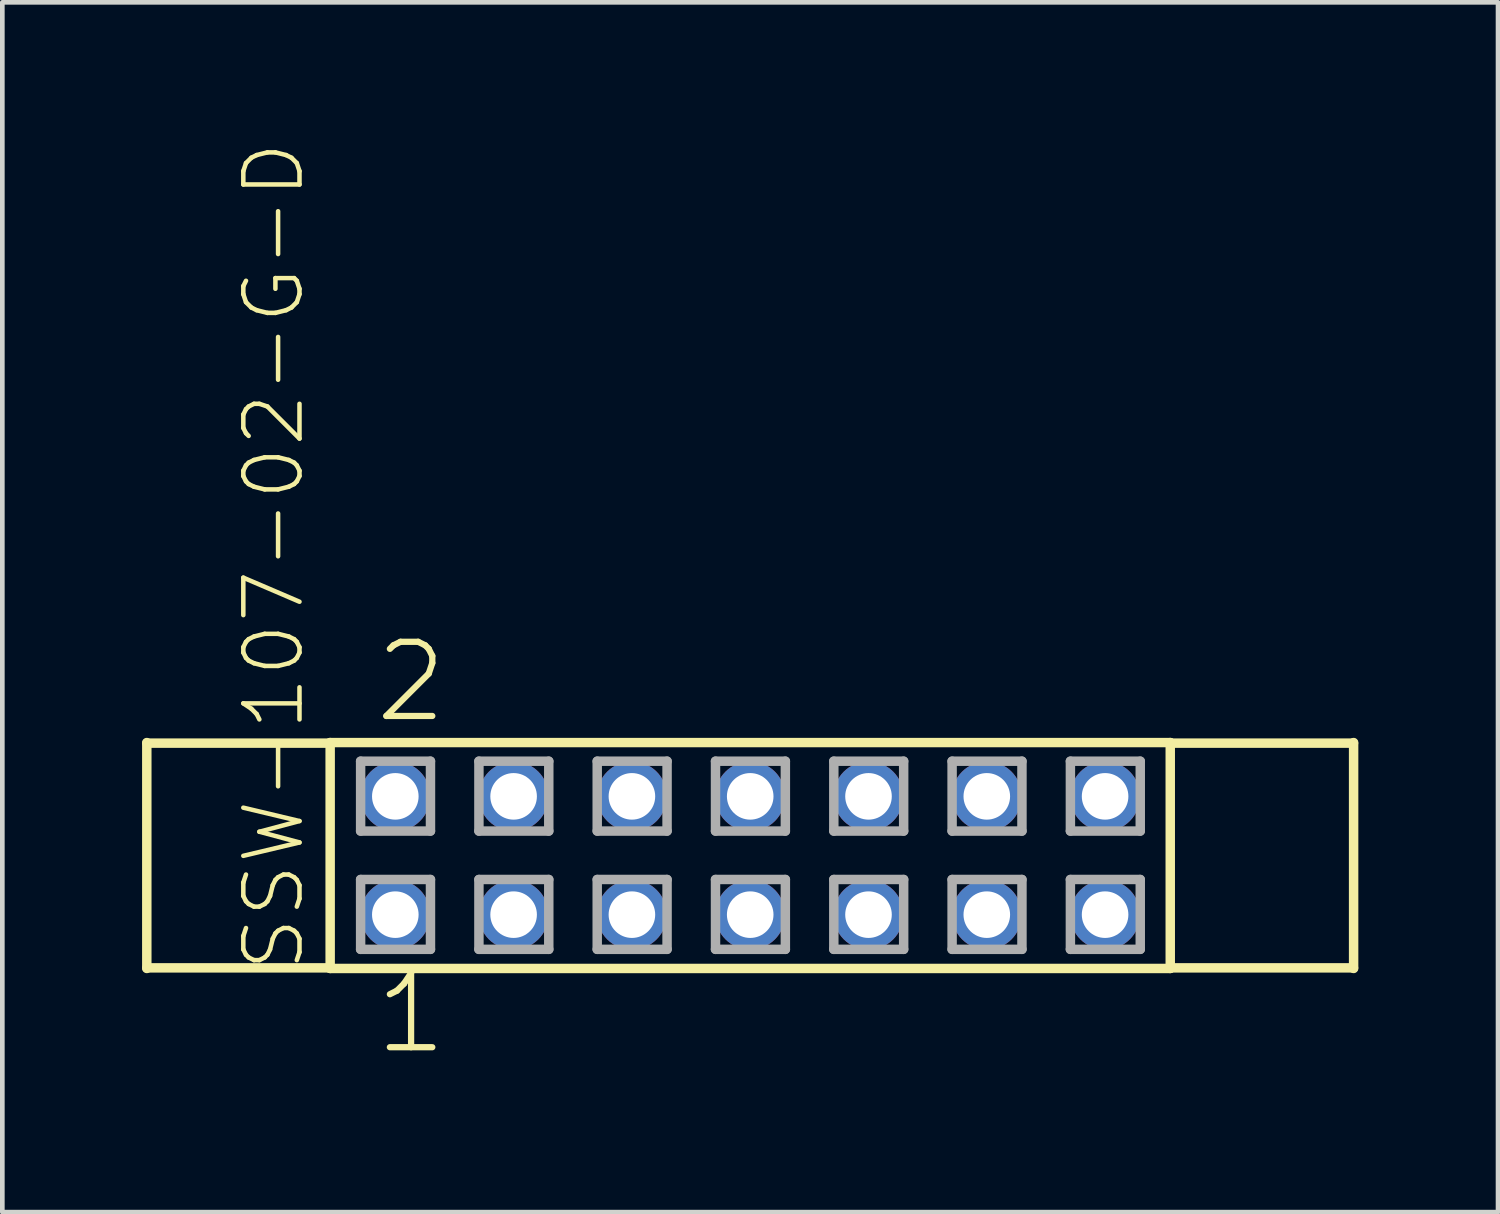
<source format=kicad_pcb>
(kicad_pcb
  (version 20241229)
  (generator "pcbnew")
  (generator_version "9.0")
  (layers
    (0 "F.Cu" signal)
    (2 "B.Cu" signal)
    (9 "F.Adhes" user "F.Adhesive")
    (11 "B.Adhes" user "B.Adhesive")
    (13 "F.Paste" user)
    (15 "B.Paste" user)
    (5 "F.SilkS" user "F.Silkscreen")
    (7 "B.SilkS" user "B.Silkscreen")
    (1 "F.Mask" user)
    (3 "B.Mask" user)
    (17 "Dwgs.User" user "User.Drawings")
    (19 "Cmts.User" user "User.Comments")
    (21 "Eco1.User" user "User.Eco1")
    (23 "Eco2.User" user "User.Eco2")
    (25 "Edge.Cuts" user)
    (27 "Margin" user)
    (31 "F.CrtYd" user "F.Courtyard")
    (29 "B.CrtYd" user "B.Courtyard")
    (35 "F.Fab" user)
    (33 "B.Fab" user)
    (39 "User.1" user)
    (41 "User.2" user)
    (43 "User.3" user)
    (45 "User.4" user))
  (footprint "SSW-107-02-G-D"
    (layer "F.Cu")
    (at 13.058 15.319)
    (property "Reference" "SSW-107-02-G-D" (at -9.525 2.54 270) (layer "F.SilkS") (effects (font (size 1.206 1.206) (thickness 0.097)) (justify left bottom)))
    (attr through_hole)
    (fp_line (start -12.956 2.425) (end -12.956 -2.425) (stroke (width 0.203) (type solid)) (layer "F.SilkS"))
    (fp_line (start -12.954 -2.413) (end -9.017 -2.413) (stroke (width 0.203) (type solid)) (layer "F.SilkS"))
    (fp_line (start -12.954 2.413) (end -9.017 2.413) (stroke (width 0.203) (type solid)) (layer "F.SilkS"))
    (fp_line (start -9.019 -2.425) (end 9.019 -2.425) (stroke (width 0.203) (type solid)) (layer "F.SilkS"))
    (fp_line (start -9.019 2.425) (end -9.019 -2.425) (stroke (width 0.203) (type solid)) (layer "F.SilkS"))
    (fp_line (start 9.019 -2.425) (end 9.019 2.425) (stroke (width 0.203) (type solid)) (layer "F.SilkS"))
    (fp_line (start 9.019 2.425) (end -9.019 2.425) (stroke (width 0.203) (type solid)) (layer "F.SilkS"))
    (fp_line (start 12.954 -2.413) (end 9.017 -2.413) (stroke (width 0.203) (type solid)) (layer "F.SilkS"))
    (fp_line (start 12.954 2.413) (end 9.017 2.413) (stroke (width 0.203) (type solid)) (layer "F.SilkS"))
    (fp_line (start 12.956 -2.425) (end 12.956 2.425) (stroke (width 0.203) (type solid)) (layer "F.SilkS"))
    (fp_line (start -8.365 -2.025) (end -6.865 -2.025) (stroke (width 0.203) (type solid)) (layer "F.Fab"))
    (fp_line (start -8.365 -0.525) (end -8.365 -2.025) (stroke (width 0.203) (type solid)) (layer "F.Fab"))
    (fp_line (start -8.365 0.515) (end -6.865 0.515) (stroke (width 0.203) (type solid)) (layer "F.Fab"))
    (fp_line (start -8.365 2.015) (end -8.365 0.515) (stroke (width 0.203) (type solid)) (layer "F.Fab"))
    (fp_line (start -6.865 -2.025) (end -6.865 -0.525) (stroke (width 0.203) (type solid)) (layer "F.Fab"))
    (fp_line (start -6.865 -0.525) (end -8.365 -0.525) (stroke (width 0.203) (type solid)) (layer "F.Fab"))
    (fp_line (start -6.865 0.515) (end -6.865 2.015) (stroke (width 0.203) (type solid)) (layer "F.Fab"))
    (fp_line (start -6.865 2.015) (end -8.365 2.015) (stroke (width 0.203) (type solid)) (layer "F.Fab"))
    (fp_line (start -5.825 -2.025) (end -4.325 -2.025) (stroke (width 0.203) (type solid)) (layer "F.Fab"))
    (fp_line (start -5.825 -0.525) (end -5.825 -2.025) (stroke (width 0.203) (type solid)) (layer "F.Fab"))
    (fp_line (start -5.825 0.515) (end -4.325 0.515) (stroke (width 0.203) (type solid)) (layer "F.Fab"))
    (fp_line (start -5.825 2.015) (end -5.825 0.515) (stroke (width 0.203) (type solid)) (layer "F.Fab"))
    (fp_line (start -4.325 -2.025) (end -4.325 -0.525) (stroke (width 0.203) (type solid)) (layer "F.Fab"))
    (fp_line (start -4.325 -0.525) (end -5.825 -0.525) (stroke (width 0.203) (type solid)) (layer "F.Fab"))
    (fp_line (start -4.325 0.515) (end -4.325 2.015) (stroke (width 0.203) (type solid)) (layer "F.Fab"))
    (fp_line (start -4.325 2.015) (end -5.825 2.015) (stroke (width 0.203) (type solid)) (layer "F.Fab"))
    (fp_line (start -3.285 -2.025) (end -1.785 -2.025) (stroke (width 0.203) (type solid)) (layer "F.Fab"))
    (fp_line (start -3.285 -0.525) (end -3.285 -2.025) (stroke (width 0.203) (type solid)) (layer "F.Fab"))
    (fp_line (start -3.285 0.515) (end -1.785 0.515) (stroke (width 0.203) (type solid)) (layer "F.Fab"))
    (fp_line (start -3.285 2.015) (end -3.285 0.515) (stroke (width 0.203) (type solid)) (layer "F.Fab"))
    (fp_line (start -1.785 -2.025) (end -1.785 -0.525) (stroke (width 0.203) (type solid)) (layer "F.Fab"))
    (fp_line (start -1.785 -0.525) (end -3.285 -0.525) (stroke (width 0.203) (type solid)) (layer "F.Fab"))
    (fp_line (start -1.785 0.515) (end -1.785 2.015) (stroke (width 0.203) (type solid)) (layer "F.Fab"))
    (fp_line (start -1.785 2.015) (end -3.285 2.015) (stroke (width 0.203) (type solid)) (layer "F.Fab"))
    (fp_line (start -0.745 -2.025) (end 0.755 -2.025) (stroke (width 0.203) (type solid)) (layer "F.Fab"))
    (fp_line (start -0.745 -0.525) (end -0.745 -2.025) (stroke (width 0.203) (type solid)) (layer "F.Fab"))
    (fp_line (start -0.745 0.515) (end 0.755 0.515) (stroke (width 0.203) (type solid)) (layer "F.Fab"))
    (fp_line (start -0.745 2.015) (end -0.745 0.515) (stroke (width 0.203) (type solid)) (layer "F.Fab"))
    (fp_line (start 0.755 -2.025) (end 0.755 -0.525) (stroke (width 0.203) (type solid)) (layer "F.Fab"))
    (fp_line (start 0.755 -0.525) (end -0.745 -0.525) (stroke (width 0.203) (type solid)) (layer "F.Fab"))
    (fp_line (start 0.755 0.515) (end 0.755 2.015) (stroke (width 0.203) (type solid)) (layer "F.Fab"))
    (fp_line (start 0.755 2.015) (end -0.745 2.015) (stroke (width 0.203) (type solid)) (layer "F.Fab"))
    (fp_line (start 1.795 -2.025) (end 3.295 -2.025) (stroke (width 0.203) (type solid)) (layer "F.Fab"))
    (fp_line (start 1.795 -0.525) (end 1.795 -2.025) (stroke (width 0.203) (type solid)) (layer "F.Fab"))
    (fp_line (start 1.795 0.515) (end 3.295 0.515) (stroke (width 0.203) (type solid)) (layer "F.Fab"))
    (fp_line (start 1.795 2.015) (end 1.795 0.515) (stroke (width 0.203) (type solid)) (layer "F.Fab"))
    (fp_line (start 3.295 -2.025) (end 3.295 -0.525) (stroke (width 0.203) (type solid)) (layer "F.Fab"))
    (fp_line (start 3.295 -0.525) (end 1.795 -0.525) (stroke (width 0.203) (type solid)) (layer "F.Fab"))
    (fp_line (start 3.295 0.515) (end 3.295 2.015) (stroke (width 0.203) (type solid)) (layer "F.Fab"))
    (fp_line (start 3.295 2.015) (end 1.795 2.015) (stroke (width 0.203) (type solid)) (layer "F.Fab"))
    (fp_line (start 4.335 -2.025) (end 5.835 -2.025) (stroke (width 0.203) (type solid)) (layer "F.Fab"))
    (fp_line (start 4.335 -0.525) (end 4.335 -2.025) (stroke (width 0.203) (type solid)) (layer "F.Fab"))
    (fp_line (start 4.335 0.515) (end 5.835 0.515) (stroke (width 0.203) (type solid)) (layer "F.Fab"))
    (fp_line (start 4.335 2.015) (end 4.335 0.515) (stroke (width 0.203) (type solid)) (layer "F.Fab"))
    (fp_line (start 5.835 -2.025) (end 5.835 -0.525) (stroke (width 0.203) (type solid)) (layer "F.Fab"))
    (fp_line (start 5.835 -0.525) (end 4.335 -0.525) (stroke (width 0.203) (type solid)) (layer "F.Fab"))
    (fp_line (start 5.835 0.515) (end 5.835 2.015) (stroke (width 0.203) (type solid)) (layer "F.Fab"))
    (fp_line (start 5.835 2.015) (end 4.335 2.015) (stroke (width 0.203) (type solid)) (layer "F.Fab"))
    (fp_line (start 6.875 -2.025) (end 8.375 -2.025) (stroke (width 0.203) (type solid)) (layer "F.Fab"))
    (fp_line (start 6.875 -0.525) (end 6.875 -2.025) (stroke (width 0.203) (type solid)) (layer "F.Fab"))
    (fp_line (start 6.875 0.515) (end 8.375 0.515) (stroke (width 0.203) (type solid)) (layer "F.Fab"))
    (fp_line (start 6.875 2.015) (end 6.875 0.515) (stroke (width 0.203) (type solid)) (layer "F.Fab"))
    (fp_line (start 8.375 -2.025) (end 8.375 -0.525) (stroke (width 0.203) (type solid)) (layer "F.Fab"))
    (fp_line (start 8.375 -0.525) (end 6.875 -0.525) (stroke (width 0.203) (type solid)) (layer "F.Fab"))
    (fp_line (start 8.375 0.515) (end 8.375 2.015) (stroke (width 0.203) (type solid)) (layer "F.Fab"))
    (fp_line (start 8.375 2.015) (end 6.875 2.015) (stroke (width 0.203) (type solid)) (layer "F.Fab"))
    (fp_text user "1" (at -8.128 4.318 0) (layer "F.SilkS") (effects (font (size 1.593 1.593) (thickness 0.134)) (justify left bottom)))
    (fp_text user "2" (at -8.128 -2.794 0) (layer "F.SilkS") (effects (font (size 1.593 1.593) (thickness 0.134)) (justify left bottom)))
    (pad "1" thru_hole circle (at -7.62 1.27) (size 1.5 1.5) (drill 1) (layers "*.Cu" "*.Mask"))
    (pad "2" thru_hole circle (at -7.62 -1.27) (size 1.5 1.5) (drill 1) (layers "*.Cu" "*.Mask"))
    (pad "3" thru_hole circle (at -5.08 1.27) (size 1.5 1.5) (drill 1) (layers "*.Cu" "*.Mask"))
    (pad "4" thru_hole circle (at -5.08 -1.27) (size 1.5 1.5) (drill 1) (layers "*.Cu" "*.Mask"))
    (pad "5" thru_hole circle (at -2.54 1.27) (size 1.5 1.5) (drill 1) (layers "*.Cu" "*.Mask"))
    (pad "6" thru_hole circle (at -2.54 -1.27) (size 1.5 1.5) (drill 1) (layers "*.Cu" "*.Mask"))
    (pad "7" thru_hole circle (at 0 1.27) (size 1.5 1.5) (drill 1) (layers "*.Cu" "*.Mask"))
    (pad "8" thru_hole circle (at 0 -1.27) (size 1.5 1.5) (drill 1) (layers "*.Cu" "*.Mask"))
    (pad "9" thru_hole circle (at 2.54 1.27) (size 1.5 1.5) (drill 1) (layers "*.Cu" "*.Mask"))
    (pad "10" thru_hole circle (at 2.54 -1.27) (size 1.5 1.5) (drill 1) (layers "*.Cu" "*.Mask"))
    (pad "11" thru_hole circle (at 5.08 1.27) (size 1.5 1.5) (drill 1) (layers "*.Cu" "*.Mask"))
    (pad "12" thru_hole circle (at 5.08 -1.27) (size 1.5 1.5) (drill 1) (layers "*.Cu" "*.Mask"))
    (pad "13" thru_hole circle (at 7.62 1.27) (size 1.5 1.5) (drill 1) (layers "*.Cu" "*.Mask"))
    (pad "14" thru_hole circle (at 7.62 -1.27) (size 1.5 1.5) (drill 1) (layers "*.Cu" "*.Mask")))
  (gr_rect
    (start -3 -3)
    (end 29.115 22.976)
    (stroke (width 0.1) (type default))
    (fill no)
    (layer "Edge.Cuts")))
</source>
